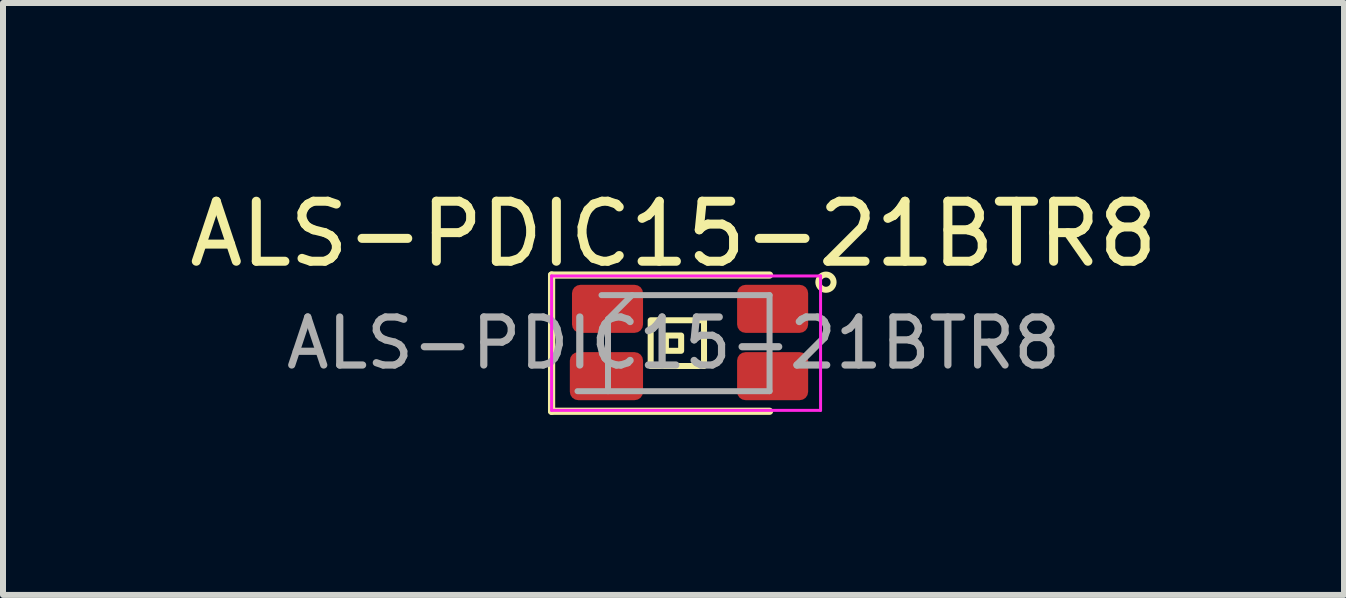
<source format=kicad_pcb>
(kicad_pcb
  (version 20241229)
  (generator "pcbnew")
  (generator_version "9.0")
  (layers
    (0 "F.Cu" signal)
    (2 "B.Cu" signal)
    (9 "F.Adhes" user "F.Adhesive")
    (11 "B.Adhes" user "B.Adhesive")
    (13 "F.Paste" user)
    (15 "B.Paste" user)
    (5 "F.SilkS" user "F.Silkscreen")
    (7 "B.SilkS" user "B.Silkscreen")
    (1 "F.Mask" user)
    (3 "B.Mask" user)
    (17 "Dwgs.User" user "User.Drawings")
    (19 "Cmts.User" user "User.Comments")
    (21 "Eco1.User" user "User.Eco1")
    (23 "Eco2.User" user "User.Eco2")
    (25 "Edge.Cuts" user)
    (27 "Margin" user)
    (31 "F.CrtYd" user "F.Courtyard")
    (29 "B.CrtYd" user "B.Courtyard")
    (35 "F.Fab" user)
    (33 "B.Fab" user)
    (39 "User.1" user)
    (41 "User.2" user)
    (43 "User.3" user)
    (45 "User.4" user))
  (footprint "ALS-PDIC15-21BTR8"
    (layer "F.Cu")
    (at 8.173 2.668)
    (property "Reference" "ALS-PDIC15-21BTR8" (at 0 -1.82 0) (layer "F.SilkS") (effects (font (size 1 1) (thickness 0.15))))
    (attr smd)
    (fp_line (start -2.032 -1.135) (end -2.032 1.135) (stroke (width 0.12) (type solid)) (layer "F.SilkS"))
    (fp_line (start -2.032 1.135) (end 1.6 1.135) (stroke (width 0.12) (type solid)) (layer "F.SilkS"))
    (fp_line (start 1.6 -1.135) (end -2.032 -1.135) (stroke (width 0.12) (type solid)) (layer "F.SilkS"))
    (fp_rect (start -0.381 -0.381) (end 0.508 0.381) (stroke (width 0.1) (type default)) (fill no) (layer "F.SilkS"))
    (fp_rect (start -0.127 -0.127) (end 0.127 0.127) (stroke (width 0.1) (type default)) (fill no) (layer "F.SilkS"))
    (fp_circle (center 2.54 -1.016) (end 2.54 -0.889) (stroke (width 0.1) (type default)) (fill no) (layer "F.SilkS"))
    (fp_line (start -2.032 -1.12) (end 2.45 -1.12) (stroke (width 0.05) (type solid)) (layer "F.CrtYd"))
    (fp_line (start -2.032 1.12) (end -2.032 -1.12) (stroke (width 0.05) (type solid)) (layer "F.CrtYd"))
    (fp_line (start 2.45 -1.12) (end 2.45 1.12) (stroke (width 0.05) (type solid)) (layer "F.CrtYd"))
    (fp_line (start 2.45 1.12) (end -2.032 1.12) (stroke (width 0.05) (type solid)) (layer "F.CrtYd"))
    (fp_line (start -1.6 0.8) (end 1.6 0.8) (stroke (width 0.1) (type solid)) (layer "F.Fab"))
    (fp_line (start -1.092 -0.4) (end -1.092 0.8) (stroke (width 0.1) (type solid)) (layer "F.Fab"))
    (fp_line (start -0.692 -0.8) (end -1.092 -0.4) (stroke (width 0.1) (type solid)) (layer "F.Fab"))
    (fp_line (start 1.6 -0.8) (end -1.2 -0.8) (stroke (width 0.1) (type solid)) (layer "F.Fab"))
    (fp_line (start 1.6 0.8) (end 1.6 -0.8) (stroke (width 0.1) (type solid)) (layer "F.Fab"))
    (fp_text user "${REFERENCE}" (at 0 0 0) (layer "F.Fab") (effects (font (size 0.8 0.8) (thickness 0.12))))
    (pad "1" smd roundrect (at 1.651 -0.572) (size 1.184 0.8) (layers "F.Cu" "F.Mask" "F.Paste") (roundrect_rratio 0.175))
    (pad "2" smd roundrect (at 1.651 0.55) (size 1.184 0.8) (layers "F.Cu" "F.Mask" "F.Paste") (roundrect_rratio 0.175))
    (pad "3" smd roundrect (at -1.1 -0.572) (size 1.184 0.8) (layers "F.Cu" "F.Mask" "F.Paste") (roundrect_rratio 0.175))
    (pad "4" smd roundrect (at -1.118 0.55) (size 1.22 0.8) (layers "F.Cu" "F.Mask" "F.Paste") (roundrect_rratio 0.175)))
  (gr_rect
    (start -3 -3)
    (end 19.345 6.863)
    (stroke (width 0.1) (type default))
    (fill no)
    (layer "Edge.Cuts")))
</source>
